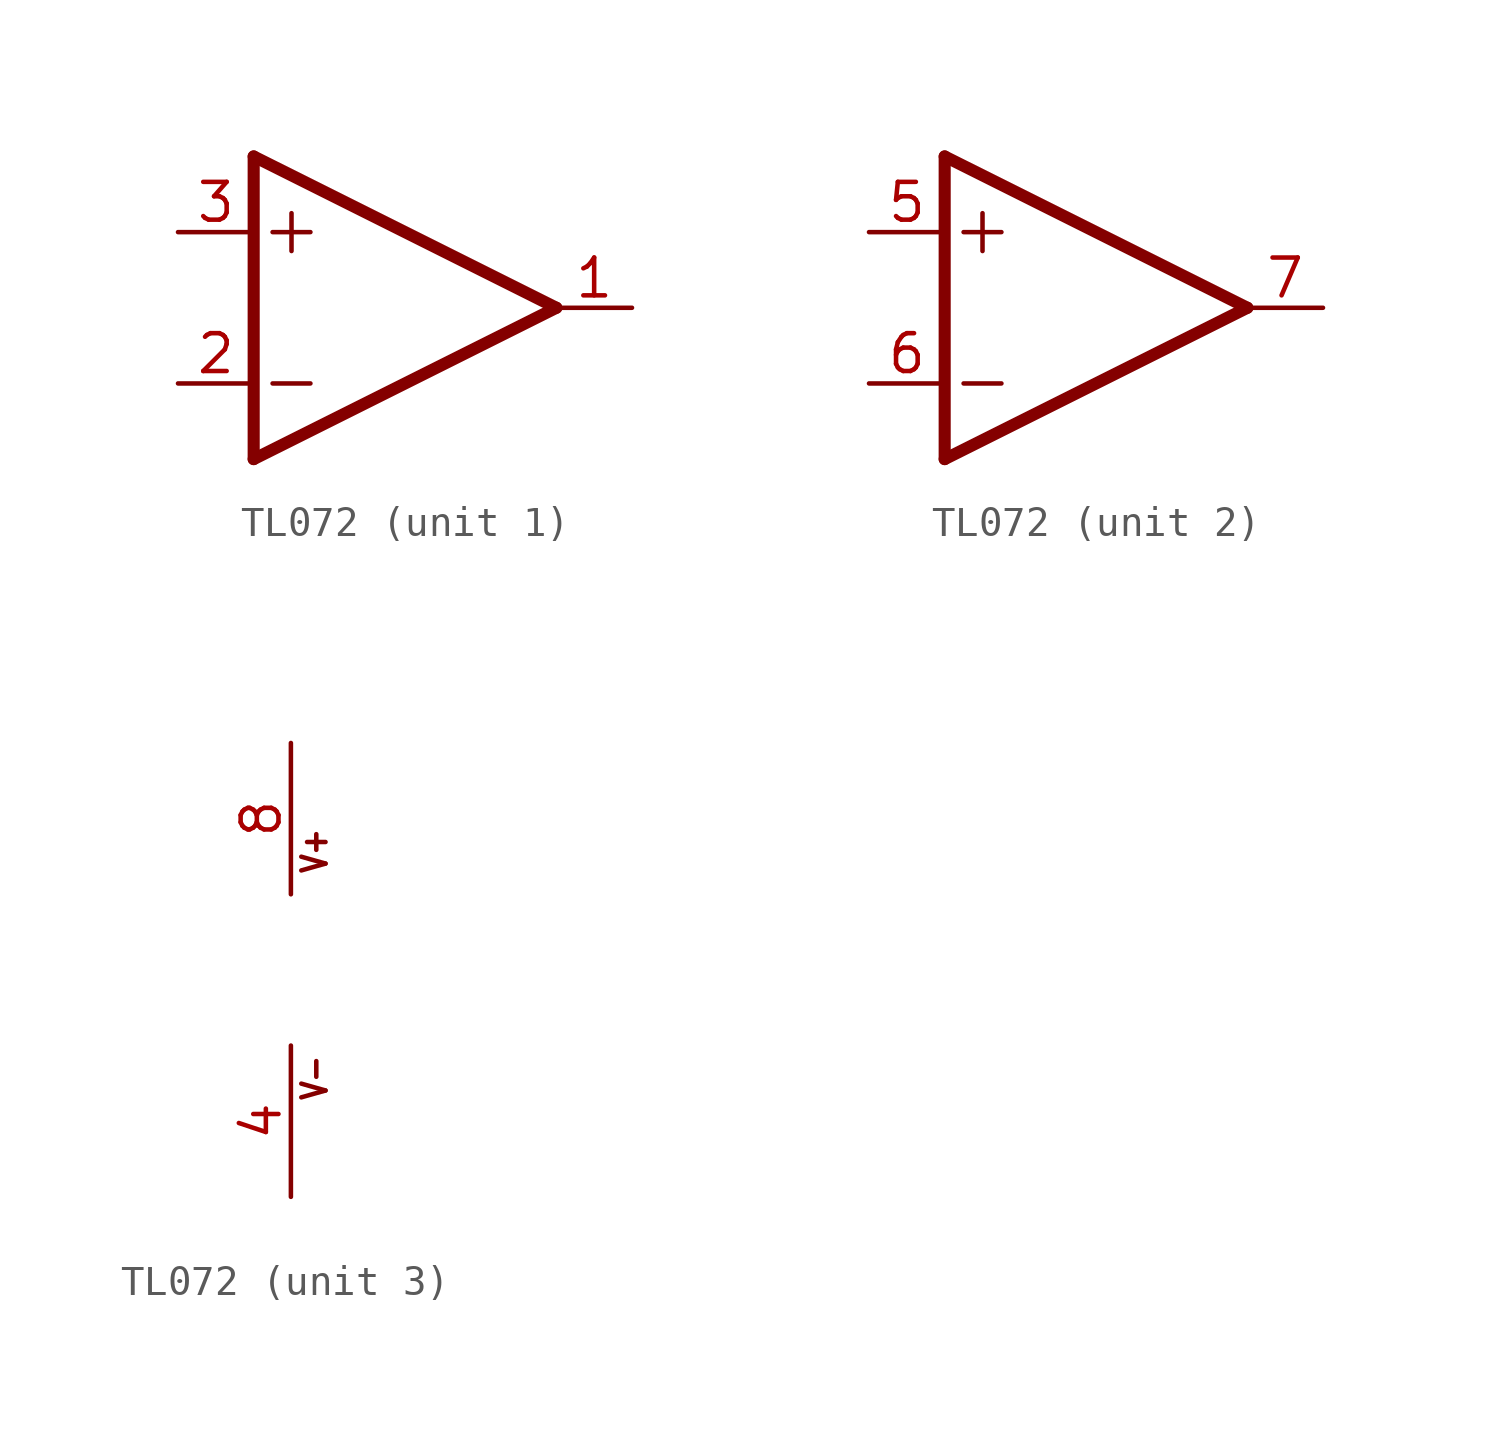
<source format=kicad_sym>
(kicad_symbol_lib
  (version 20231120)
  (generator "kicad_symbol_editor")
  (generator_version "8.0")
  (symbol "TL072"
    (property "Reference" "U"
      (at 2.54 3.175 0)
      (effects (font (size 1.778 1.511)) (justify left bottom) (hide yes)))
    (property "ki_locked" ""
      (at 0 0 0)
      (effects (font (size 1.27 1.27))))
    (symbol "TL072_1_0"
      (polyline (pts (xy -5.08 -5.08) (xy 5.08 0)) (stroke (width 0.406) (type solid)) (fill (type none)))
      (polyline (pts (xy -5.08 5.08) (xy -5.08 -5.08)) (stroke (width 0.406) (type solid)) (fill (type none)))
      (polyline (pts (xy -4.445 -2.54) (xy -3.175 -2.54)) (stroke (width 0.152) (type solid)) (fill (type none)))
      (polyline (pts (xy -4.445 2.54) (xy -3.175 2.54)) (stroke (width 0.152) (type solid)) (fill (type none)))
      (polyline (pts (xy -3.81 3.175) (xy -3.81 1.905)) (stroke (width 0.152) (type solid)) (fill (type none)))
      (polyline (pts (xy 5.08 0) (xy -5.08 5.08)) (stroke (width 0.406) (type solid)) (fill (type none)))
      (pin output line (at 7.62 0 180) (length 2.54) (name "OUT" (effects (font (size 0 0)))) (number "1" (effects (font (size 1.27 1.27)))))
      (pin input line (at -7.62 -2.54 0) (length 2.54) (name "-IN" (effects (font (size 0 0)))) (number "2" (effects (font (size 1.27 1.27)))))
      (pin input line (at -7.62 2.54 0) (length 2.54) (name "+IN" (effects (font (size 0 0)))) (number "3" (effects (font (size 1.27 1.27))))))
    (symbol "TL072_2_0"
      (polyline (pts (xy -5.08 -5.08) (xy 5.08 0)) (stroke (width 0.406) (type solid)) (fill (type none)))
      (polyline (pts (xy -5.08 5.08) (xy -5.08 -5.08)) (stroke (width 0.406) (type solid)) (fill (type none)))
      (polyline (pts (xy -4.445 -2.54) (xy -3.175 -2.54)) (stroke (width 0.152) (type solid)) (fill (type none)))
      (polyline (pts (xy -4.445 2.54) (xy -3.175 2.54)) (stroke (width 0.152) (type solid)) (fill (type none)))
      (polyline (pts (xy -3.81 3.175) (xy -3.81 1.905)) (stroke (width 0.152) (type solid)) (fill (type none)))
      (polyline (pts (xy 5.08 0) (xy -5.08 5.08)) (stroke (width 0.406) (type solid)) (fill (type none)))
      (pin input line (at -7.62 2.54 0) (length 2.54) (name "+IN" (effects (font (size 0 0)))) (number "5" (effects (font (size 1.27 1.27)))))
      (pin input line (at -7.62 -2.54 0) (length 2.54) (name "-IN" (effects (font (size 0 0)))) (number "6" (effects (font (size 1.27 1.27)))))
      (pin output line (at 7.62 0 180) (length 2.54) (name "OUT" (effects (font (size 0 0)))) (number "7" (effects (font (size 1.27 1.27))))))
    (symbol "TL072_3_0"
      (text "V+" (at 1.27 3.175 900) (effects (font (size 0.813 0.691)) (justify left bottom)))
      (text "V-" (at 1.27 -4.445 900) (effects (font (size 0.813 0.691)) (justify left bottom)))
      (pin power_in line (at 0 -7.62 90) (length 5.08) (name "V-" (effects (font (size 0 0)))) (number "4" (effects (font (size 1.27 1.27)))))
      (pin power_in line (at 0 7.62 270) (length 5.08) (name "V+" (effects (font (size 0 0)))) (number "8" (effects (font (size 1.27 1.27))))))))
</source>
